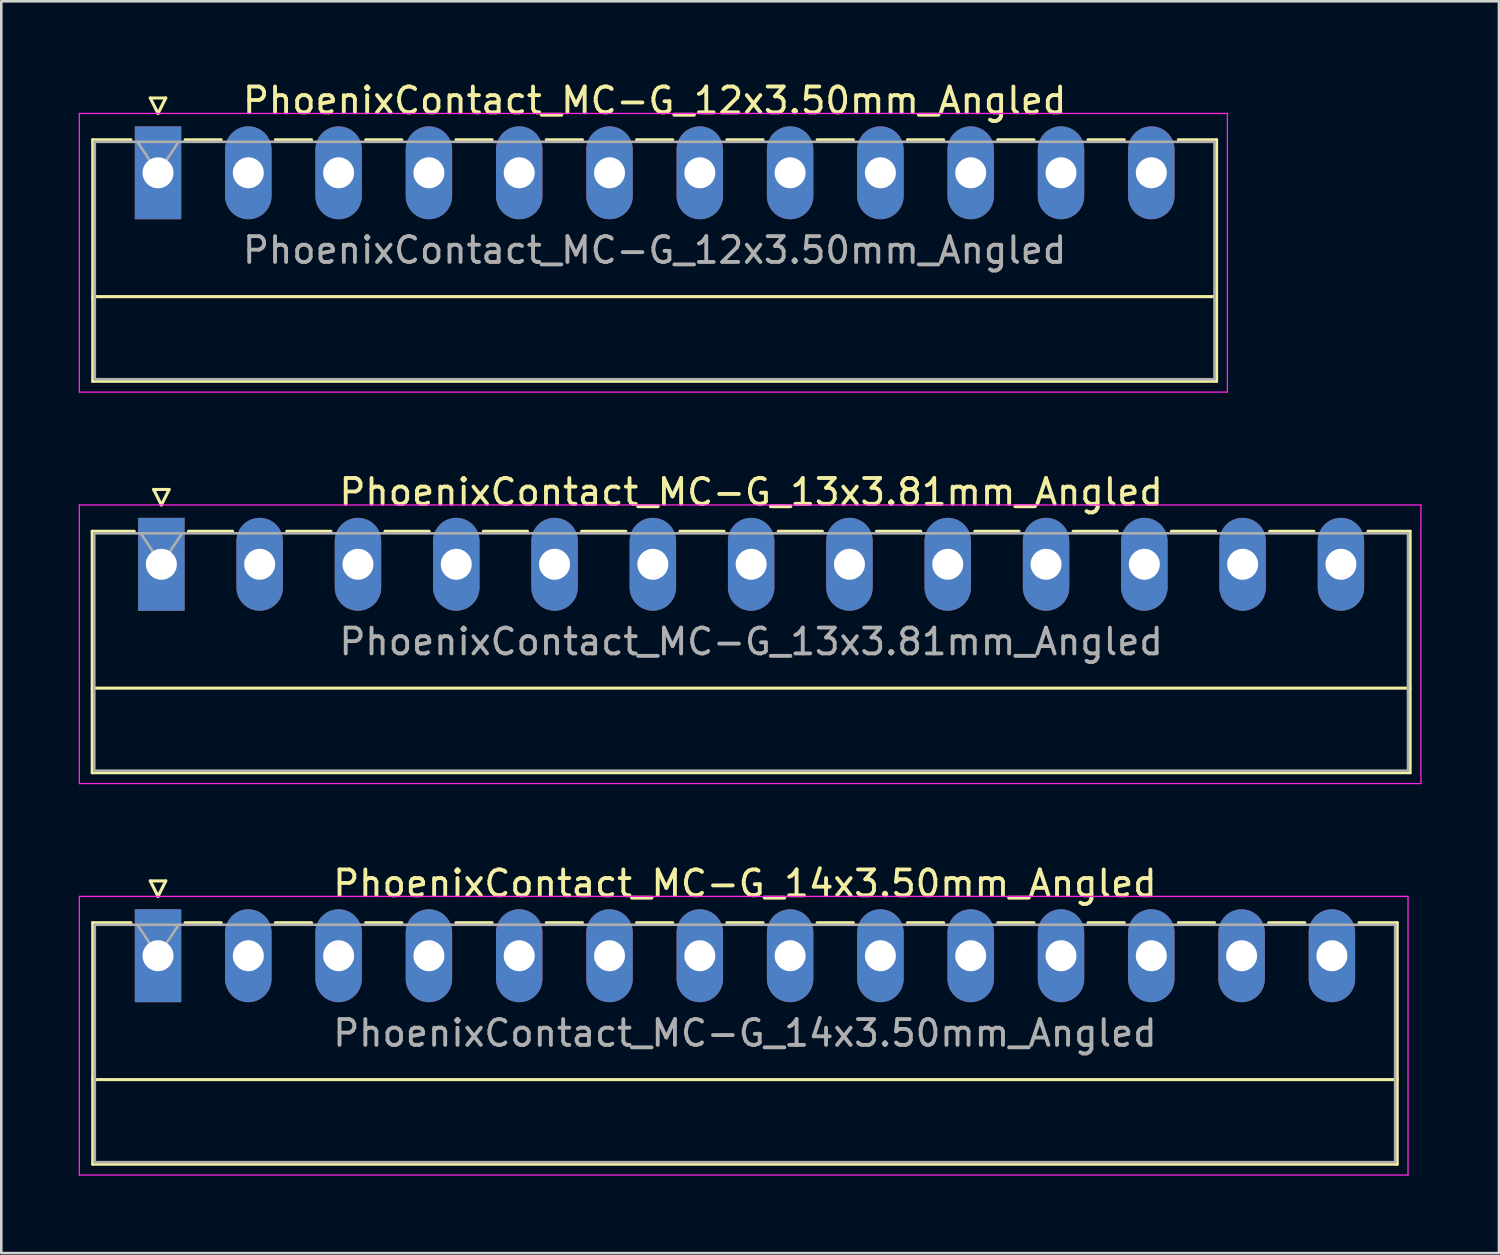
<source format=kicad_pcb>
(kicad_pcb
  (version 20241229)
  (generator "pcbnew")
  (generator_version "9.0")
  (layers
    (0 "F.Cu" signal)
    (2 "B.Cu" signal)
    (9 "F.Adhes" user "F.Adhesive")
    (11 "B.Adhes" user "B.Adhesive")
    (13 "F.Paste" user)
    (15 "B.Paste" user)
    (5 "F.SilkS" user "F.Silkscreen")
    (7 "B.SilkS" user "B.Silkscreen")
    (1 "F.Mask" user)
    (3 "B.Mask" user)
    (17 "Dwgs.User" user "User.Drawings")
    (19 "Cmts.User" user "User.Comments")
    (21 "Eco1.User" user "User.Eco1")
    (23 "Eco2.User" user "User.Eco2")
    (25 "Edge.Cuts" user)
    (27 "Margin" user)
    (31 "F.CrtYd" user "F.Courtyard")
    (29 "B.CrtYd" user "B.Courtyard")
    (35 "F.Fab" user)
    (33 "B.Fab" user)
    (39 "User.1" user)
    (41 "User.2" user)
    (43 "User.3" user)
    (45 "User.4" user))
  (footprint "PhoenixContact_MC-G_12x3.50mm_Angled"
    (layer "F.Cu")
    (at 3.075 3.648)
    (property "Reference" "PhoenixContact_MC-G_12x3.50mm_Angled" (at 19.25 -2.8 0) (layer "F.SilkS") (effects (font (size 1 1) (thickness 0.15))))
    (attr through_hole)
    (fp_line (start -2.53 -1.28) (end -2.53 8.08) (stroke (width 0.12) (type solid)) (layer "F.SilkS"))
    (fp_line (start -2.53 -1.28) (end -1.05 -1.28) (stroke (width 0.12) (type solid)) (layer "F.SilkS"))
    (fp_line (start -2.53 4.8) (end 41.03 4.8) (stroke (width 0.12) (type solid)) (layer "F.SilkS"))
    (fp_line (start -2.53 8.08) (end 41.03 8.08) (stroke (width 0.12) (type solid)) (layer "F.SilkS"))
    (fp_line (start -0.3 -2.9) (end 0.3 -2.9) (stroke (width 0.12) (type solid)) (layer "F.SilkS"))
    (fp_line (start 0 -2.3) (end -0.3 -2.9) (stroke (width 0.12) (type solid)) (layer "F.SilkS"))
    (fp_line (start 0.3 -2.9) (end 0 -2.3) (stroke (width 0.12) (type solid)) (layer "F.SilkS"))
    (fp_line (start 1.05 -1.28) (end 2.45 -1.28) (stroke (width 0.12) (type solid)) (layer "F.SilkS"))
    (fp_line (start 4.55 -1.28) (end 5.95 -1.28) (stroke (width 0.12) (type solid)) (layer "F.SilkS"))
    (fp_line (start 8.05 -1.28) (end 9.45 -1.28) (stroke (width 0.12) (type solid)) (layer "F.SilkS"))
    (fp_line (start 11.55 -1.28) (end 12.95 -1.28) (stroke (width 0.12) (type solid)) (layer "F.SilkS"))
    (fp_line (start 15.05 -1.28) (end 16.45 -1.28) (stroke (width 0.12) (type solid)) (layer "F.SilkS"))
    (fp_line (start 18.55 -1.28) (end 19.95 -1.28) (stroke (width 0.12) (type solid)) (layer "F.SilkS"))
    (fp_line (start 22.05 -1.28) (end 23.45 -1.28) (stroke (width 0.12) (type solid)) (layer "F.SilkS"))
    (fp_line (start 25.55 -1.28) (end 26.95 -1.28) (stroke (width 0.12) (type solid)) (layer "F.SilkS"))
    (fp_line (start 29.05 -1.28) (end 30.45 -1.28) (stroke (width 0.12) (type solid)) (layer "F.SilkS"))
    (fp_line (start 32.55 -1.28) (end 33.95 -1.28) (stroke (width 0.12) (type solid)) (layer "F.SilkS"))
    (fp_line (start 36.05 -1.28) (end 37.45 -1.28) (stroke (width 0.12) (type solid)) (layer "F.SilkS"))
    (fp_line (start 41.03 -1.28) (end 39.55 -1.28) (stroke (width 0.12) (type solid)) (layer "F.SilkS"))
    (fp_line (start 41.03 8.08) (end 41.03 -1.28) (stroke (width 0.12) (type solid)) (layer "F.SilkS"))
    (fp_line (start -3.05 -2.3) (end -3.05 8.5) (stroke (width 0.05) (type solid)) (layer "F.CrtYd"))
    (fp_line (start -3.05 8.5) (end 41.45 8.5) (stroke (width 0.05) (type solid)) (layer "F.CrtYd"))
    (fp_line (start 41.45 -2.3) (end -3.05 -2.3) (stroke (width 0.05) (type solid)) (layer "F.CrtYd"))
    (fp_line (start 41.45 8.5) (end 41.45 -2.3) (stroke (width 0.05) (type solid)) (layer "F.CrtYd"))
    (fp_line (start -2.45 -1.2) (end -2.45 8) (stroke (width 0.1) (type solid)) (layer "F.Fab"))
    (fp_line (start -2.45 8) (end 40.95 8) (stroke (width 0.1) (type solid)) (layer "F.Fab"))
    (fp_line (start 0 0) (end -0.8 -1.2) (stroke (width 0.1) (type solid)) (layer "F.Fab"))
    (fp_line (start 0.8 -1.2) (end 0 0) (stroke (width 0.1) (type solid)) (layer "F.Fab"))
    (fp_line (start 40.95 -1.2) (end -2.45 -1.2) (stroke (width 0.1) (type solid)) (layer "F.Fab"))
    (fp_line (start 40.95 8) (end 40.95 -1.2) (stroke (width 0.1) (type solid)) (layer "F.Fab"))
    (fp_text user "${REFERENCE}" (at 19.25 3 0) (layer "F.Fab") (effects (font (size 1 1) (thickness 0.15))))
    (pad "1" thru_hole rect (at 0 0) (size 1.8 3.6) (drill 1.2) (layers "*.Cu" "*.Mask"))
    (pad "2" thru_hole oval (at 3.5 0) (size 1.8 3.6) (drill 1.2) (layers "*.Cu" "*.Mask"))
    (pad "3" thru_hole oval (at 7 0) (size 1.8 3.6) (drill 1.2) (layers "*.Cu" "*.Mask"))
    (pad "4" thru_hole oval (at 10.5 0) (size 1.8 3.6) (drill 1.2) (layers "*.Cu" "*.Mask"))
    (pad "5" thru_hole oval (at 14 0) (size 1.8 3.6) (drill 1.2) (layers "*.Cu" "*.Mask"))
    (pad "6" thru_hole oval (at 17.5 0) (size 1.8 3.6) (drill 1.2) (layers "*.Cu" "*.Mask"))
    (pad "7" thru_hole oval (at 21 0) (size 1.8 3.6) (drill 1.2) (layers "*.Cu" "*.Mask"))
    (pad "8" thru_hole oval (at 24.5 0) (size 1.8 3.6) (drill 1.2) (layers "*.Cu" "*.Mask"))
    (pad "9" thru_hole oval (at 28 0) (size 1.8 3.6) (drill 1.2) (layers "*.Cu" "*.Mask"))
    (pad "10" thru_hole oval (at 31.5 0) (size 1.8 3.6) (drill 1.2) (layers "*.Cu" "*.Mask"))
    (pad "11" thru_hole oval (at 35 0) (size 1.8 3.6) (drill 1.2) (layers "*.Cu" "*.Mask"))
    (pad "12" thru_hole oval (at 38.5 0) (size 1.8 3.6) (drill 1.2) (layers "*.Cu" "*.Mask")))
  (footprint "PhoenixContact_MC-G_13x3.81mm_Angled"
    (layer "F.Cu")
    (at 3.205 18.822)
    (property "Reference" "PhoenixContact_MC-G_13x3.81mm_Angled" (at 22.86 -2.8 0) (layer "F.SilkS") (effects (font (size 1 1) (thickness 0.15))))
    (attr through_hole)
    (fp_line (start -2.68 -1.28) (end -2.68 8.08) (stroke (width 0.12) (type solid)) (layer "F.SilkS"))
    (fp_line (start -2.68 -1.28) (end -1.05 -1.28) (stroke (width 0.12) (type solid)) (layer "F.SilkS"))
    (fp_line (start -2.68 4.8) (end 48.4 4.8) (stroke (width 0.12) (type solid)) (layer "F.SilkS"))
    (fp_line (start -2.68 8.08) (end 48.4 8.08) (stroke (width 0.12) (type solid)) (layer "F.SilkS"))
    (fp_line (start -0.3 -2.9) (end 0.3 -2.9) (stroke (width 0.12) (type solid)) (layer "F.SilkS"))
    (fp_line (start 0 -2.3) (end -0.3 -2.9) (stroke (width 0.12) (type solid)) (layer "F.SilkS"))
    (fp_line (start 0.3 -2.9) (end 0 -2.3) (stroke (width 0.12) (type solid)) (layer "F.SilkS"))
    (fp_line (start 1.05 -1.28) (end 2.76 -1.28) (stroke (width 0.12) (type solid)) (layer "F.SilkS"))
    (fp_line (start 4.86 -1.28) (end 6.57 -1.28) (stroke (width 0.12) (type solid)) (layer "F.SilkS"))
    (fp_line (start 8.67 -1.28) (end 10.38 -1.28) (stroke (width 0.12) (type solid)) (layer "F.SilkS"))
    (fp_line (start 12.48 -1.28) (end 14.19 -1.28) (stroke (width 0.12) (type solid)) (layer "F.SilkS"))
    (fp_line (start 16.29 -1.28) (end 18 -1.28) (stroke (width 0.12) (type solid)) (layer "F.SilkS"))
    (fp_line (start 20.1 -1.28) (end 21.81 -1.28) (stroke (width 0.12) (type solid)) (layer "F.SilkS"))
    (fp_line (start 23.91 -1.28) (end 25.62 -1.28) (stroke (width 0.12) (type solid)) (layer "F.SilkS"))
    (fp_line (start 27.72 -1.28) (end 29.43 -1.28) (stroke (width 0.12) (type solid)) (layer "F.SilkS"))
    (fp_line (start 31.53 -1.28) (end 33.24 -1.28) (stroke (width 0.12) (type solid)) (layer "F.SilkS"))
    (fp_line (start 35.34 -1.28) (end 37.05 -1.28) (stroke (width 0.12) (type solid)) (layer "F.SilkS"))
    (fp_line (start 39.15 -1.28) (end 40.86 -1.28) (stroke (width 0.12) (type solid)) (layer "F.SilkS"))
    (fp_line (start 42.96 -1.28) (end 44.67 -1.28) (stroke (width 0.12) (type solid)) (layer "F.SilkS"))
    (fp_line (start 48.4 -1.28) (end 46.77 -1.28) (stroke (width 0.12) (type solid)) (layer "F.SilkS"))
    (fp_line (start 48.4 8.08) (end 48.4 -1.28) (stroke (width 0.12) (type solid)) (layer "F.SilkS"))
    (fp_line (start -3.18 -2.3) (end -3.18 8.5) (stroke (width 0.05) (type solid)) (layer "F.CrtYd"))
    (fp_line (start -3.18 8.5) (end 48.82 8.5) (stroke (width 0.05) (type solid)) (layer "F.CrtYd"))
    (fp_line (start 48.82 -2.3) (end -3.18 -2.3) (stroke (width 0.05) (type solid)) (layer "F.CrtYd"))
    (fp_line (start 48.82 8.5) (end 48.82 -2.3) (stroke (width 0.05) (type solid)) (layer "F.CrtYd"))
    (fp_line (start -2.6 -1.2) (end -2.6 8) (stroke (width 0.1) (type solid)) (layer "F.Fab"))
    (fp_line (start -2.6 8) (end 48.32 8) (stroke (width 0.1) (type solid)) (layer "F.Fab"))
    (fp_line (start 0 0) (end -0.8 -1.2) (stroke (width 0.1) (type solid)) (layer "F.Fab"))
    (fp_line (start 0.8 -1.2) (end 0 0) (stroke (width 0.1) (type solid)) (layer "F.Fab"))
    (fp_line (start 48.32 -1.2) (end -2.6 -1.2) (stroke (width 0.1) (type solid)) (layer "F.Fab"))
    (fp_line (start 48.32 8) (end 48.32 -1.2) (stroke (width 0.1) (type solid)) (layer "F.Fab"))
    (fp_text user "${REFERENCE}" (at 22.86 3 0) (layer "F.Fab") (effects (font (size 1 1) (thickness 0.15))))
    (pad "1" thru_hole rect (at 0 0) (size 1.8 3.6) (drill 1.2) (layers "*.Cu" "*.Mask"))
    (pad "2" thru_hole oval (at 3.81 0) (size 1.8 3.6) (drill 1.2) (layers "*.Cu" "*.Mask"))
    (pad "3" thru_hole oval (at 7.62 0) (size 1.8 3.6) (drill 1.2) (layers "*.Cu" "*.Mask"))
    (pad "4" thru_hole oval (at 11.43 0) (size 1.8 3.6) (drill 1.2) (layers "*.Cu" "*.Mask"))
    (pad "5" thru_hole oval (at 15.24 0) (size 1.8 3.6) (drill 1.2) (layers "*.Cu" "*.Mask"))
    (pad "6" thru_hole oval (at 19.05 0) (size 1.8 3.6) (drill 1.2) (layers "*.Cu" "*.Mask"))
    (pad "7" thru_hole oval (at 22.86 0) (size 1.8 3.6) (drill 1.2) (layers "*.Cu" "*.Mask"))
    (pad "8" thru_hole oval (at 26.67 0) (size 1.8 3.6) (drill 1.2) (layers "*.Cu" "*.Mask"))
    (pad "9" thru_hole oval (at 30.48 0) (size 1.8 3.6) (drill 1.2) (layers "*.Cu" "*.Mask"))
    (pad "10" thru_hole oval (at 34.29 0) (size 1.8 3.6) (drill 1.2) (layers "*.Cu" "*.Mask"))
    (pad "11" thru_hole oval (at 38.1 0) (size 1.8 3.6) (drill 1.2) (layers "*.Cu" "*.Mask"))
    (pad "12" thru_hole oval (at 41.91 0) (size 1.8 3.6) (drill 1.2) (layers "*.Cu" "*.Mask"))
    (pad "13" thru_hole oval (at 45.72 0) (size 1.8 3.6) (drill 1.2) (layers "*.Cu" "*.Mask")))
  (footprint "PhoenixContact_MC-G_14x3.50mm_Angled"
    (layer "F.Cu")
    (at 3.075 33.995)
    (property "Reference" "PhoenixContact_MC-G_14x3.50mm_Angled" (at 22.75 -2.8 0) (layer "F.SilkS") (effects (font (size 1 1) (thickness 0.15))))
    (attr through_hole)
    (fp_line (start -2.53 -1.28) (end -2.53 8.08) (stroke (width 0.12) (type solid)) (layer "F.SilkS"))
    (fp_line (start -2.53 -1.28) (end -1.05 -1.28) (stroke (width 0.12) (type solid)) (layer "F.SilkS"))
    (fp_line (start -2.53 4.8) (end 48.03 4.8) (stroke (width 0.12) (type solid)) (layer "F.SilkS"))
    (fp_line (start -2.53 8.08) (end 48.03 8.08) (stroke (width 0.12) (type solid)) (layer "F.SilkS"))
    (fp_line (start -0.3 -2.9) (end 0.3 -2.9) (stroke (width 0.12) (type solid)) (layer "F.SilkS"))
    (fp_line (start 0 -2.3) (end -0.3 -2.9) (stroke (width 0.12) (type solid)) (layer "F.SilkS"))
    (fp_line (start 0.3 -2.9) (end 0 -2.3) (stroke (width 0.12) (type solid)) (layer "F.SilkS"))
    (fp_line (start 1.05 -1.28) (end 2.45 -1.28) (stroke (width 0.12) (type solid)) (layer "F.SilkS"))
    (fp_line (start 4.55 -1.28) (end 5.95 -1.28) (stroke (width 0.12) (type solid)) (layer "F.SilkS"))
    (fp_line (start 8.05 -1.28) (end 9.45 -1.28) (stroke (width 0.12) (type solid)) (layer "F.SilkS"))
    (fp_line (start 11.55 -1.28) (end 12.95 -1.28) (stroke (width 0.12) (type solid)) (layer "F.SilkS"))
    (fp_line (start 15.05 -1.28) (end 16.45 -1.28) (stroke (width 0.12) (type solid)) (layer "F.SilkS"))
    (fp_line (start 18.55 -1.28) (end 19.95 -1.28) (stroke (width 0.12) (type solid)) (layer "F.SilkS"))
    (fp_line (start 22.05 -1.28) (end 23.45 -1.28) (stroke (width 0.12) (type solid)) (layer "F.SilkS"))
    (fp_line (start 25.55 -1.28) (end 26.95 -1.28) (stroke (width 0.12) (type solid)) (layer "F.SilkS"))
    (fp_line (start 29.05 -1.28) (end 30.45 -1.28) (stroke (width 0.12) (type solid)) (layer "F.SilkS"))
    (fp_line (start 32.55 -1.28) (end 33.95 -1.28) (stroke (width 0.12) (type solid)) (layer "F.SilkS"))
    (fp_line (start 36.05 -1.28) (end 37.45 -1.28) (stroke (width 0.12) (type solid)) (layer "F.SilkS"))
    (fp_line (start 39.55 -1.28) (end 40.95 -1.28) (stroke (width 0.12) (type solid)) (layer "F.SilkS"))
    (fp_line (start 43.05 -1.28) (end 44.45 -1.28) (stroke (width 0.12) (type solid)) (layer "F.SilkS"))
    (fp_line (start 48.03 -1.28) (end 46.55 -1.28) (stroke (width 0.12) (type solid)) (layer "F.SilkS"))
    (fp_line (start 48.03 8.08) (end 48.03 -1.28) (stroke (width 0.12) (type solid)) (layer "F.SilkS"))
    (fp_line (start -3.05 -2.3) (end -3.05 8.5) (stroke (width 0.05) (type solid)) (layer "F.CrtYd"))
    (fp_line (start -3.05 8.5) (end 48.45 8.5) (stroke (width 0.05) (type solid)) (layer "F.CrtYd"))
    (fp_line (start 48.45 -2.3) (end -3.05 -2.3) (stroke (width 0.05) (type solid)) (layer "F.CrtYd"))
    (fp_line (start 48.45 8.5) (end 48.45 -2.3) (stroke (width 0.05) (type solid)) (layer "F.CrtYd"))
    (fp_line (start -2.45 -1.2) (end -2.45 8) (stroke (width 0.1) (type solid)) (layer "F.Fab"))
    (fp_line (start -2.45 8) (end 47.95 8) (stroke (width 0.1) (type solid)) (layer "F.Fab"))
    (fp_line (start 0 0) (end -0.8 -1.2) (stroke (width 0.1) (type solid)) (layer "F.Fab"))
    (fp_line (start 0.8 -1.2) (end 0 0) (stroke (width 0.1) (type solid)) (layer "F.Fab"))
    (fp_line (start 47.95 -1.2) (end -2.45 -1.2) (stroke (width 0.1) (type solid)) (layer "F.Fab"))
    (fp_line (start 47.95 8) (end 47.95 -1.2) (stroke (width 0.1) (type solid)) (layer "F.Fab"))
    (fp_text user "${REFERENCE}" (at 22.75 3 0) (layer "F.Fab") (effects (font (size 1 1) (thickness 0.15))))
    (pad "1" thru_hole rect (at 0 0) (size 1.8 3.6) (drill 1.2) (layers "*.Cu" "*.Mask"))
    (pad "2" thru_hole oval (at 3.5 0) (size 1.8 3.6) (drill 1.2) (layers "*.Cu" "*.Mask"))
    (pad "3" thru_hole oval (at 7 0) (size 1.8 3.6) (drill 1.2) (layers "*.Cu" "*.Mask"))
    (pad "4" thru_hole oval (at 10.5 0) (size 1.8 3.6) (drill 1.2) (layers "*.Cu" "*.Mask"))
    (pad "5" thru_hole oval (at 14 0) (size 1.8 3.6) (drill 1.2) (layers "*.Cu" "*.Mask"))
    (pad "6" thru_hole oval (at 17.5 0) (size 1.8 3.6) (drill 1.2) (layers "*.Cu" "*.Mask"))
    (pad "7" thru_hole oval (at 21 0) (size 1.8 3.6) (drill 1.2) (layers "*.Cu" "*.Mask"))
    (pad "8" thru_hole oval (at 24.5 0) (size 1.8 3.6) (drill 1.2) (layers "*.Cu" "*.Mask"))
    (pad "9" thru_hole oval (at 28 0) (size 1.8 3.6) (drill 1.2) (layers "*.Cu" "*.Mask"))
    (pad "10" thru_hole oval (at 31.5 0) (size 1.8 3.6) (drill 1.2) (layers "*.Cu" "*.Mask"))
    (pad "11" thru_hole oval (at 35 0) (size 1.8 3.6) (drill 1.2) (layers "*.Cu" "*.Mask"))
    (pad "12" thru_hole oval (at 38.5 0) (size 1.8 3.6) (drill 1.2) (layers "*.Cu" "*.Mask"))
    (pad "13" thru_hole oval (at 42 0) (size 1.8 3.6) (drill 1.2) (layers "*.Cu" "*.Mask"))
    (pad "14" thru_hole oval (at 45.5 0) (size 1.8 3.6) (drill 1.2) (layers "*.Cu" "*.Mask")))
  (gr_rect
    (start -3 -3)
    (end 55.05 45.52)
    (stroke (width 0.1) (type default))
    (fill no)
    (layer "Edge.Cuts")))
</source>
